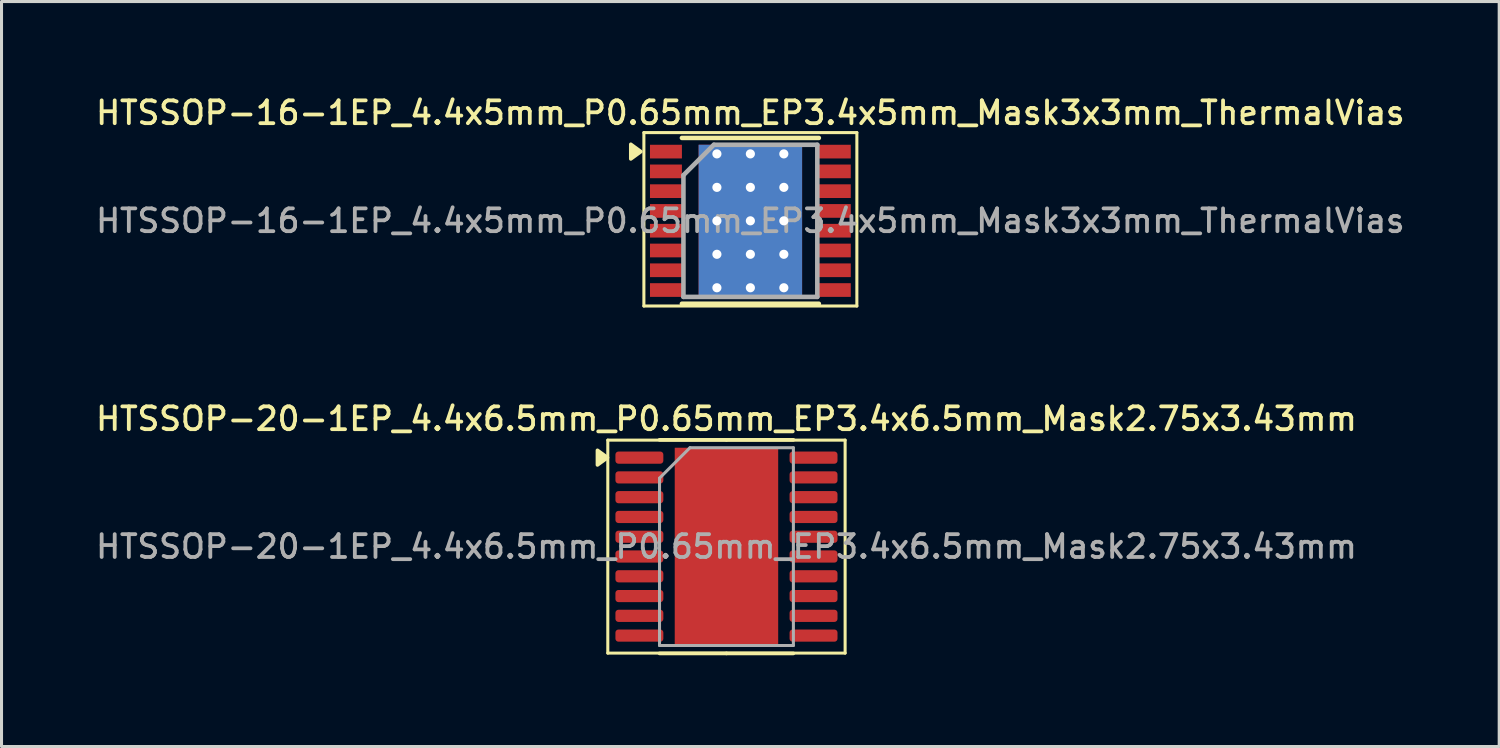
<source format=kicad_pcb>
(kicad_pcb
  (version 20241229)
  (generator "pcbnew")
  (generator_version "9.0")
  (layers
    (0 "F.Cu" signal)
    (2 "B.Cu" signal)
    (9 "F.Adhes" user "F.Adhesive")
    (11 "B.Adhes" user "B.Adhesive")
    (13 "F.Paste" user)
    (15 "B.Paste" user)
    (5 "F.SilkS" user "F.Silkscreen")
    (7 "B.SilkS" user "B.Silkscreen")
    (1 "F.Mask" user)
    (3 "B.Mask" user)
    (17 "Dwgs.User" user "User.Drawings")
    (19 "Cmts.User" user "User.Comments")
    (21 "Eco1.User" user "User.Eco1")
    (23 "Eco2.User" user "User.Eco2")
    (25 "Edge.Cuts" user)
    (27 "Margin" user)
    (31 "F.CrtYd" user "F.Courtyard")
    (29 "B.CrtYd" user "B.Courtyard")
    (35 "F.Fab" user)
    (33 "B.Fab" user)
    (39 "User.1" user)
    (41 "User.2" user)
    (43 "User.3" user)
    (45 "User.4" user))
  (footprint "HTSSOP-20-1EP_4.4x6.5mm_P0.65mm_EP3.4x6.5mm_Mask2.75x3.43mm"
    (layer "F.Cu")
    (at 20.827 14.916)
    (property "Reference" "HTSSOP-20-1EP_4.4x6.5mm_P0.65mm_EP3.4x6.5mm_Mask2.75x3.43mm" (at 0 -4.2 0) (layer "F.SilkS") (effects (font (size 0.75 0.75) (thickness 0.125))))
    (attr smd)
    (fp_line (start -3.9 -3.5) (end -3.9 3.5) (stroke (width 0.1) (type solid)) (layer "F.SilkS"))
    (fp_line (start -3.9 3.5) (end 3.9 3.5) (stroke (width 0.1) (type solid)) (layer "F.SilkS"))
    (fp_line (start 0 -3.51) (end -2.2 -3.51) (stroke (width 0.12) (type solid)) (layer "F.SilkS"))
    (fp_line (start 0 -3.51) (end 2.2 -3.51) (stroke (width 0.12) (type solid)) (layer "F.SilkS"))
    (fp_line (start 0 3.51) (end -2.2 3.51) (stroke (width 0.12) (type solid)) (layer "F.SilkS"))
    (fp_line (start 0 3.51) (end 2.2 3.51) (stroke (width 0.12) (type solid)) (layer "F.SilkS"))
    (fp_line (start 3.9 -3.5) (end -3.9 -3.5) (stroke (width 0.1) (type solid)) (layer "F.SilkS"))
    (fp_line (start 3.9 3.5) (end 3.9 -3.5) (stroke (width 0.1) (type solid)) (layer "F.SilkS"))
    (fp_poly (pts (xy -3.91 -2.925) (xy -4.24 -3.165) (xy -4.24 -2.685) (xy -3.91 -2.925)) (stroke (width 0.12) (type solid)) (fill yes) (layer "F.SilkS"))
    (fp_line (start -2.2 -2.25) (end -1.2 -3.25) (stroke (width 0.1) (type solid)) (layer "F.Fab"))
    (fp_line (start -2.2 3.25) (end -2.2 -2.25) (stroke (width 0.1) (type solid)) (layer "F.Fab"))
    (fp_line (start -1.2 -3.25) (end 2.2 -3.25) (stroke (width 0.1) (type solid)) (layer "F.Fab"))
    (fp_line (start 2.2 -3.25) (end 2.2 3.25) (stroke (width 0.1) (type solid)) (layer "F.Fab"))
    (fp_line (start 2.2 3.25) (end -2.2 3.25) (stroke (width 0.1) (type solid)) (layer "F.Fab"))
    (fp_text user "${REFERENCE}" (at 0 0 0) (layer "F.Fab") (effects (font (size 0.75 0.75) (thickness 0.125))))
    (pad "" smd roundrect (at -0.69 -0.86) (size 1.11 1.38) (layers "F.Paste") (roundrect_rratio 0.225))
    (pad "" smd roundrect (at -0.69 0.86) (size 1.11 1.38) (layers "F.Paste") (roundrect_rratio 0.225))
    (pad "" smd rect (at 0 0) (size 2.75 3.43) (layers "F.Mask"))
    (pad "" smd roundrect (at 0.69 -0.86) (size 1.11 1.38) (layers "F.Paste") (roundrect_rratio 0.225))
    (pad "" smd roundrect (at 0.69 0.86) (size 1.11 1.38) (layers "F.Paste") (roundrect_rratio 0.225))
    (pad "1" smd roundrect (at -2.862 -2.925) (size 1.575 0.4) (layers "F.Cu" "F.Mask" "F.Paste") (roundrect_rratio 0.25))
    (pad "2" smd roundrect (at -2.862 -2.275) (size 1.575 0.4) (layers "F.Cu" "F.Mask" "F.Paste") (roundrect_rratio 0.25))
    (pad "3" smd roundrect (at -2.862 -1.625) (size 1.575 0.4) (layers "F.Cu" "F.Mask" "F.Paste") (roundrect_rratio 0.25))
    (pad "4" smd roundrect (at -2.862 -0.975) (size 1.575 0.4) (layers "F.Cu" "F.Mask" "F.Paste") (roundrect_rratio 0.25))
    (pad "5" smd roundrect (at -2.862 -0.325) (size 1.575 0.4) (layers "F.Cu" "F.Mask" "F.Paste") (roundrect_rratio 0.25))
    (pad "6" smd roundrect (at -2.862 0.325) (size 1.575 0.4) (layers "F.Cu" "F.Mask" "F.Paste") (roundrect_rratio 0.25))
    (pad "7" smd roundrect (at -2.862 0.975) (size 1.575 0.4) (layers "F.Cu" "F.Mask" "F.Paste") (roundrect_rratio 0.25))
    (pad "8" smd roundrect (at -2.862 1.625) (size 1.575 0.4) (layers "F.Cu" "F.Mask" "F.Paste") (roundrect_rratio 0.25))
    (pad "9" smd roundrect (at -2.862 2.275) (size 1.575 0.4) (layers "F.Cu" "F.Mask" "F.Paste") (roundrect_rratio 0.25))
    (pad "10" smd roundrect (at -2.862 2.925) (size 1.575 0.4) (layers "F.Cu" "F.Mask" "F.Paste") (roundrect_rratio 0.25))
    (pad "11" smd roundrect (at 2.862 2.925) (size 1.575 0.4) (layers "F.Cu" "F.Mask" "F.Paste") (roundrect_rratio 0.25))
    (pad "12" smd roundrect (at 2.862 2.275) (size 1.575 0.4) (layers "F.Cu" "F.Mask" "F.Paste") (roundrect_rratio 0.25))
    (pad "13" smd roundrect (at 2.862 1.625) (size 1.575 0.4) (layers "F.Cu" "F.Mask" "F.Paste") (roundrect_rratio 0.25))
    (pad "14" smd roundrect (at 2.862 0.975) (size 1.575 0.4) (layers "F.Cu" "F.Mask" "F.Paste") (roundrect_rratio 0.25))
    (pad "15" smd roundrect (at 2.862 0.325) (size 1.575 0.4) (layers "F.Cu" "F.Mask" "F.Paste") (roundrect_rratio 0.25))
    (pad "16" smd roundrect (at 2.862 -0.325) (size 1.575 0.4) (layers "F.Cu" "F.Mask" "F.Paste") (roundrect_rratio 0.25))
    (pad "17" smd roundrect (at 2.862 -0.975) (size 1.575 0.4) (layers "F.Cu" "F.Mask" "F.Paste") (roundrect_rratio 0.25))
    (pad "18" smd roundrect (at 2.862 -1.625) (size 1.575 0.4) (layers "F.Cu" "F.Mask" "F.Paste") (roundrect_rratio 0.25))
    (pad "19" smd roundrect (at 2.862 -2.275) (size 1.575 0.4) (layers "F.Cu" "F.Mask" "F.Paste") (roundrect_rratio 0.25))
    (pad "20" smd roundrect (at 2.862 -2.925) (size 1.575 0.4) (layers "F.Cu" "F.Mask" "F.Paste") (roundrect_rratio 0.25))
    (pad "21" smd rect (at 0 0) (size 3.4 6.5) (property pad_prop_heatsink) (layers "F.Cu")))
  (footprint "HTSSOP-16-1EP_4.4x5mm_P0.65mm_EP3.4x5mm_Mask3x3mm_ThermalVias"
    (layer "F.Cu")
    (at 21.613 4.208)
    (property "Reference" "HTSSOP-16-1EP_4.4x5mm_P0.65mm_EP3.4x5mm_Mask3x3mm_ThermalVias" (at 0 -3.55 0) (layer "F.SilkS") (effects (font (size 0.75 0.75) (thickness 0.125))))
    (attr smd)
    (fp_line (start -3.5 -2.9) (end -3.5 2.8) (stroke (width 0.1) (type solid)) (layer "F.SilkS"))
    (fp_line (start -3.5 -2.9) (end 3.5 -2.9) (stroke (width 0.1) (type solid)) (layer "F.SilkS"))
    (fp_line (start -3.5 2.8) (end 3.5 2.8) (stroke (width 0.1) (type solid)) (layer "F.SilkS"))
    (fp_line (start -2.25 -2.725) (end 2.25 -2.725) (stroke (width 0.15) (type solid)) (layer "F.SilkS"))
    (fp_line (start -2.25 2.725) (end 2.25 2.725) (stroke (width 0.15) (type solid)) (layer "F.SilkS"))
    (fp_line (start 3.5 -2.9) (end 3.5 2.8) (stroke (width 0.1) (type solid)) (layer "F.SilkS"))
    (fp_poly (pts (xy -3.6 -2.275) (xy -3.93 -2.515) (xy -3.93 -2.035) (xy -3.6 -2.275)) (stroke (width 0.12) (type solid)) (fill yes) (layer "F.SilkS"))
    (fp_line (start -2.2 -1.5) (end -1.2 -2.5) (stroke (width 0.15) (type solid)) (layer "F.Fab"))
    (fp_line (start -2.2 2.5) (end -2.2 -1.5) (stroke (width 0.15) (type solid)) (layer "F.Fab"))
    (fp_line (start -1.2 -2.5) (end 2.2 -2.5) (stroke (width 0.15) (type solid)) (layer "F.Fab"))
    (fp_line (start 2.2 -2.5) (end 2.2 2.5) (stroke (width 0.15) (type solid)) (layer "F.Fab"))
    (fp_line (start 2.2 2.5) (end -2.2 2.5) (stroke (width 0.15) (type solid)) (layer "F.Fab"))
    (fp_text user "${REFERENCE}" (at 0 0 0) (layer "F.Fab") (effects (font (size 0.75 0.75) (thickness 0.125))))
    (pad "" smd rect (at -1.325 -0.55 90) (size 0.8 0.25) (layers "F.Paste"))
    (pad "" smd rect (at -1.325 0.55 90) (size 0.8 0.25) (layers "F.Paste"))
    (pad "" smd rect (at -0.55 -1.325) (size 0.8 0.25) (layers "F.Paste"))
    (pad "" smd rect (at -0.55 -0.55) (size 0.85 0.8) (layers "F.Paste"))
    (pad "" smd rect (at -0.55 0.55) (size 0.85 0.85) (layers "F.Paste"))
    (pad "" smd rect (at -0.55 1.325) (size 0.8 0.25) (layers "F.Paste"))
    (pad "" smd rect (at 0 0) (size 3 3) (layers "F.Mask"))
    (pad "" smd rect (at 0.55 -1.325) (size 0.8 0.25) (layers "F.Paste"))
    (pad "" smd rect (at 0.55 -0.55) (size 0.85 0.85) (layers "F.Paste"))
    (pad "" smd rect (at 0.55 0.55) (size 0.85 0.85) (layers "F.Paste"))
    (pad "" smd rect (at 0.55 1.325) (size 0.8 0.25) (layers "F.Paste"))
    (pad "" smd rect (at 1.325 -0.55 90) (size 0.8 0.25) (layers "F.Paste"))
    (pad "" smd rect (at 1.325 0.55 90) (size 0.8 0.25) (layers "F.Paste"))
    (pad "1" smd rect (at -2.775 -2.275) (size 1.05 0.45) (layers "F.Cu" "F.Mask" "F.Paste"))
    (pad "2" smd rect (at -2.775 -1.625) (size 1.05 0.45) (layers "F.Cu" "F.Mask" "F.Paste"))
    (pad "3" smd rect (at -2.775 -0.975) (size 1.05 0.45) (layers "F.Cu" "F.Mask" "F.Paste"))
    (pad "4" smd rect (at -2.775 -0.325) (size 1.05 0.45) (layers "F.Cu" "F.Mask" "F.Paste"))
    (pad "5" smd rect (at -2.775 0.325) (size 1.05 0.45) (layers "F.Cu" "F.Mask" "F.Paste"))
    (pad "6" smd rect (at -2.775 0.975) (size 1.05 0.45) (layers "F.Cu" "F.Mask" "F.Paste"))
    (pad "7" smd rect (at -2.775 1.625) (size 1.05 0.45) (layers "F.Cu" "F.Mask" "F.Paste"))
    (pad "8" smd rect (at -2.775 2.275) (size 1.05 0.45) (layers "F.Cu" "F.Mask" "F.Paste"))
    (pad "9" smd rect (at 2.775 2.275) (size 1.05 0.45) (layers "F.Cu" "F.Mask" "F.Paste"))
    (pad "10" smd rect (at 2.775 1.625) (size 1.05 0.45) (layers "F.Cu" "F.Mask" "F.Paste"))
    (pad "11" smd rect (at 2.775 0.975) (size 1.05 0.45) (layers "F.Cu" "F.Mask" "F.Paste"))
    (pad "12" smd rect (at 2.775 0.325) (size 1.05 0.45) (layers "F.Cu" "F.Mask" "F.Paste"))
    (pad "13" smd rect (at 2.775 -0.325) (size 1.05 0.45) (layers "F.Cu" "F.Mask" "F.Paste"))
    (pad "14" smd rect (at 2.775 -0.975) (size 1.05 0.45) (layers "F.Cu" "F.Mask" "F.Paste"))
    (pad "15" smd rect (at 2.775 -1.625) (size 1.05 0.45) (layers "F.Cu" "F.Mask" "F.Paste"))
    (pad "16" smd rect (at 2.775 -2.275) (size 1.05 0.45) (layers "F.Cu" "F.Mask" "F.Paste"))
    (pad "17" thru_hole circle (at -1.1 -2.2) (size 0.6 0.6) (drill 0.3) (layers "*.Cu"))
    (pad "17" thru_hole circle (at -1.1 -1.1) (size 0.6 0.6) (drill 0.3) (layers "*.Cu"))
    (pad "17" thru_hole circle (at -1.1 0) (size 0.6 0.6) (drill 0.3) (layers "*.Cu"))
    (pad "17" thru_hole circle (at -1.1 1.1) (size 0.6 0.6) (drill 0.3) (layers "*.Cu"))
    (pad "17" thru_hole circle (at -1.1 2.2) (size 0.6 0.6) (drill 0.3) (layers "*.Cu"))
    (pad "17" thru_hole circle (at 0 -2.2) (size 0.6 0.6) (drill 0.3) (layers "*.Cu"))
    (pad "17" thru_hole circle (at 0 -1.1) (size 0.6 0.6) (drill 0.3) (layers "*.Cu"))
    (pad "17" thru_hole circle (at 0 0) (size 0.6 0.6) (drill 0.3) (layers "*.Cu"))
    (pad "17" smd rect (at 0 0) (size 3.4 5) (layers "F.Cu"))
    (pad "17" smd rect (at 0 0) (size 3.4 5) (layers "B.Cu"))
    (pad "17" thru_hole circle (at 0 1.1) (size 0.6 0.6) (drill 0.3) (layers "*.Cu"))
    (pad "17" thru_hole circle (at 0 2.2) (size 0.6 0.6) (drill 0.3) (layers "*.Cu"))
    (pad "17" thru_hole circle (at 1.1 -2.2) (size 0.6 0.6) (drill 0.3) (layers "*.Cu"))
    (pad "17" thru_hole circle (at 1.1 -1.1) (size 0.6 0.6) (drill 0.3) (layers "*.Cu"))
    (pad "17" thru_hole circle (at 1.1 0) (size 0.6 0.6) (drill 0.3) (layers "*.Cu"))
    (pad "17" thru_hole circle (at 1.1 1.1) (size 0.6 0.6) (drill 0.3) (layers "*.Cu"))
    (pad "17" thru_hole circle (at 1.1 2.2) (size 0.6 0.6) (drill 0.3) (layers "*.Cu")))
  (gr_rect
    (start -3 -3)
    (end 46.225 21.486)
    (stroke (width 0.1) (type default))
    (fill no)
    (layer "Edge.Cuts")))
</source>
